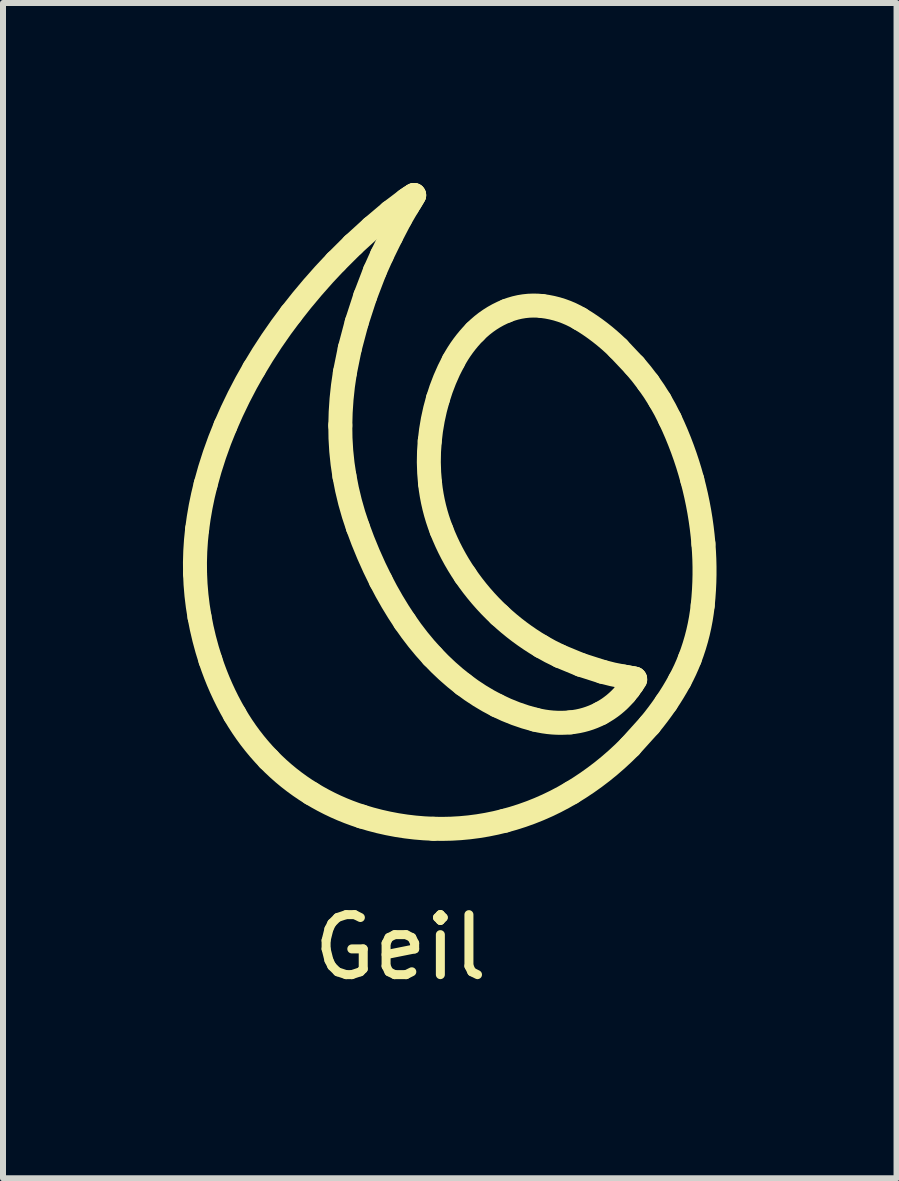
<source format=kicad_pcb>
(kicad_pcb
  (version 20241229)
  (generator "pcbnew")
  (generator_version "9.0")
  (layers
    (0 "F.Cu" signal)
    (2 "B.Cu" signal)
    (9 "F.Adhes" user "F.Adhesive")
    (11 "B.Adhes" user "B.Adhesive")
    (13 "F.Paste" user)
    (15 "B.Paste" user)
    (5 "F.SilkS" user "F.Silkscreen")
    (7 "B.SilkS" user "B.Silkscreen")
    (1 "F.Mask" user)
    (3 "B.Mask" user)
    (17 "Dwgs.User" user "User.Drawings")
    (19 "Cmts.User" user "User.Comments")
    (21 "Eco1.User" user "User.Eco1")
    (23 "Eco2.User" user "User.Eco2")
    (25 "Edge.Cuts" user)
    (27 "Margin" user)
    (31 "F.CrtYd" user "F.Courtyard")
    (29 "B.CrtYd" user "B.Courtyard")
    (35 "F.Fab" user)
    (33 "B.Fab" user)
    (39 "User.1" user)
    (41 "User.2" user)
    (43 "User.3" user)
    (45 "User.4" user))
  (footprint "Geil"
    (layer "F.Cu")
    (at 3.624 12.242)
    (property "Reference" "Geil" (at 0 0.5 0) (layer "F.SilkS") (effects (font (size 1 1) (thickness 0.15))))
    (attr through_hole)
    (fp_line (start -0.925 -9.08) (end -0.843 -9.484) (stroke (width 0.4) (type solid)) (layer "F.SilkS"))
    (fp_line (start -0.843 -9.484) (end -0.728 -9.917) (stroke (width 0.4) (type solid)) (layer "F.SilkS"))
    (fp_line (start -0.789 -11.212) (end -1.073 -10.929) (stroke (width 0.4) (type solid)) (layer "F.SilkS"))
    (fp_line (start -0.728 -9.917) (end -0.586 -10.354) (stroke (width 0.4) (type solid)) (layer "F.SilkS"))
    (fp_line (start -0.586 -10.354) (end -0.426 -10.772) (stroke (width 0.4) (type solid)) (layer "F.SilkS"))
    (fp_line (start -0.475 -11.498) (end -0.789 -11.212) (stroke (width 0.4) (type solid)) (layer "F.SilkS"))
    (fp_line (start -0.426 -10.772) (end -0.308 -11.036) (stroke (width 0.4) (type solid)) (layer "F.SilkS"))
    (fp_line (start -0.308 -11.036) (end -0.155 -11.349) (stroke (width 0.4) (type solid)) (layer "F.SilkS"))
    (fp_line (start -0.169 -11.757) (end -0.475 -11.498) (stroke (width 0.4) (type solid)) (layer "F.SilkS"))
    (fp_line (start -0.155 -11.349) (end 0.001 -11.649) (stroke (width 0.4) (type solid)) (layer "F.SilkS"))
    (fp_line (start 0.001 -11.649) (end 0.123 -11.858) (stroke (width 0.4) (type solid)) (layer "F.SilkS"))
    (fp_line (start 0.094 -11.956) (end -0.169 -11.757) (stroke (width 0.4) (type solid)) (layer "F.SilkS"))
    (fp_line (start 0.123 -11.858) (end 0.165 -11.927) (stroke (width 0.4) (type solid)) (layer "F.SilkS"))
    (fp_line (start 0.144 -11.99) (end 0.094 -11.956) (stroke (width 0.4) (type solid)) (layer "F.SilkS"))
    (fp_line (start 0.165 -11.927) (end 0.2 -11.985) (stroke (width 0.4) (type solid)) (layer "F.SilkS"))
    (fp_line (start 0.187 -12.018) (end 0.144 -11.99) (stroke (width 0.4) (type solid)) (layer "F.SilkS"))
    (fp_line (start 0.2 -11.985) (end 0.23 -12.037) (stroke (width 0.4) (type solid)) (layer "F.SilkS"))
    (fp_line (start 0.225 -12.042) (end 0.187 -12.018) (stroke (width 0.4) (type solid)) (layer "F.SilkS"))
    (fp_line (start 2.658 -4.354) (end 3.009 -4.209) (stroke (width 0.4) (type solid)) (layer "F.SilkS"))
    (fp_line (start 3.009 -4.209) (end 3.371 -4.093) (stroke (width 0.4) (type solid)) (layer "F.SilkS"))
    (fp_line (start 3.713 -4.016) (end 3.786 -4.003) (stroke (width 0.4) (type solid)) (layer "F.SilkS"))
    (fp_line (start 3.786 -4.003) (end 3.85 -3.991) (stroke (width 0.4) (type solid)) (layer "F.SilkS"))
    (fp_line (start 3.81 -3.81) (end 3.747 -3.731) (stroke (width 0.4) (type solid)) (layer "F.SilkS"))
    (fp_line (start 3.831 -2.849) (end 4.154 -3.207) (stroke (width 0.4) (type solid)) (layer "F.SilkS"))
    (fp_line (start 3.85 -3.991) (end 3.905 -3.98) (stroke (width 0.4) (type solid)) (layer "F.SilkS"))
    (fp_line (start 3.867 -3.89) (end 3.81 -3.81) (stroke (width 0.4) (type solid)) (layer "F.SilkS"))
    (fp_line (start 3.901 -9.2) (end 3.632 -9.485) (stroke (width 0.4) (type solid)) (layer "F.SilkS"))
    (fp_line (start 3.914 -3.963) (end 3.867 -3.89) (stroke (width 0.4) (type solid)) (layer "F.SilkS"))
    (fp_arc (start -3.422538 -5.734397) (mid -3.418906 -6.102435) (end -3.388038 -6.469194) (stroke (width 0.4) (type solid)) (layer "F.SilkS"))
    (fp_arc (start -3.388038 -6.469194) (mid -3.329405 -6.846238) (end -3.245843 -7.218552) (stroke (width 0.4) (type solid)) (layer "F.SilkS"))
    (fp_arc (start -3.348278 -5.008766) (mid -3.398984 -5.370193) (end -3.422538 -5.734398) (stroke (width 0.4) (type solid)) (layer "F.SilkS"))
    (fp_arc (start -3.245844 -7.218553) (mid -3.098866 -7.710457) (end -2.916581 -8.190399) (stroke (width 0.4) (type solid)) (layer "F.SilkS"))
    (fp_arc (start -3.166133 -4.28675) (mid -3.269906 -4.644554) (end -3.348278 -5.008766) (stroke (width 0.4) (type solid)) (layer "F.SilkS"))
    (fp_arc (start -2.91658 -8.190399) (mid -2.693786 -8.673782) (end -2.439978 -9.141626) (stroke (width 0.4) (type solid)) (layer "F.SilkS"))
    (fp_arc (start -2.761495 -3.38312) (mid -2.987231 -3.824449) (end -3.166133 -4.28675) (stroke (width 0.4) (type solid)) (layer "F.SilkS"))
    (fp_arc (start -2.439979 -9.141626) (mid -2.14573 -9.609932) (end -1.822741 -10.058898) (stroke (width 0.4) (type solid)) (layer "F.SilkS"))
    (fp_arc (start -2.197346 -2.636144) (mid -2.502282 -2.992366) (end -2.761495 -3.38312) (stroke (width 0.4) (type solid)) (layer "F.SilkS"))
    (fp_arc (start -1.82274 -10.058898) (mid -1.460206 -10.504557) (end -1.073338 -10.929263) (stroke (width 0.4) (type solid)) (layer "F.SilkS"))
    (fp_arc (start -1.48516 -2.0653) (mid -1.859259 -2.328258) (end -2.197346 -2.636144) (stroke (width 0.4) (type solid)) (layer "F.SilkS"))
    (fp_arc (start -1.001186 -8.198764) (mid -0.980272 -8.640958) (end -0.924655 -9.080138) (stroke (width 0.4) (type solid)) (layer "F.SilkS"))
    (fp_arc (start -0.932229 -7.353684) (mid -0.985591 -7.774683) (end -1.001186 -8.198764) (stroke (width 0.4) (type solid)) (layer "F.SilkS"))
    (fp_arc (start -0.709767 -6.505132) (mid -0.839181 -6.924641) (end -0.93223 -7.353684) (stroke (width 0.4) (type solid)) (layer "F.SilkS"))
    (fp_arc (start -0.643824 -1.680933) (mid -1.076147 -1.847606) (end -1.48516 -2.0653) (stroke (width 0.4) (type solid)) (layer "F.SilkS"))
    (fp_arc (start -0.32681 -5.612745) (mid -0.532417 -6.052875) (end -0.709766 -6.505132) (stroke (width 0.4) (type solid)) (layer "F.SilkS"))
    (fp_arc (start 0.075144 -4.929213) (mid -0.136587 -5.264655) (end -0.326811 -5.612745) (stroke (width 0.4) (type solid)) (layer "F.SilkS"))
    (fp_arc (start 0.224574 -12.041887) (mid 0.226968 -12.042423) (end 0.229177 -12.041355) (stroke (width 0.4) (type solid)) (layer "F.SilkS"))
    (fp_arc (start 0.229176 -12.041355) (mid 0.230296 -12.039089) (end 0.22981 -12.036609) (stroke (width 0.4) (type solid)) (layer "F.SilkS"))
    (fp_arc (start 0.489917 -7.940774) (mid 0.540858 -8.295226) (end 0.625976 -8.643057) (stroke (width 0.4) (type solid)) (layer "F.SilkS"))
    (fp_arc (start 0.494739 -7.234349) (mid 0.474487 -7.587439) (end 0.489918 -7.940773) (stroke (width 0.4) (type solid)) (layer "F.SilkS"))
    (fp_arc (start 0.535185 -4.35113) (mid 0.293933 -4.631233) (end 0.075145 -4.929213) (stroke (width 0.4) (type solid)) (layer "F.SilkS"))
    (fp_arc (start 0.549496 -1.476697) (mid -0.054216 -1.537611) (end -0.643823 -1.680933) (stroke (width 0.4) (type solid)) (layer "F.SilkS"))
    (fp_arc (start 0.625976 -8.643057) (mid 0.739403 -8.964166) (end 0.884895 -9.272076) (stroke (width 0.4) (type solid)) (layer "F.SilkS"))
    (fp_arc (start 0.685903 -6.452132) (mid 0.564485 -6.836926) (end 0.494739 -7.234349) (stroke (width 0.4) (type solid)) (layer "F.SilkS"))
    (fp_arc (start 0.884894 -9.272076) (mid 1.047363 -9.529087) (end 1.24474 -9.760373) (stroke (width 0.4) (type solid)) (layer "F.SilkS"))
    (fp_arc (start 1.049106 -3.883869) (mid 0.782437 -4.106821) (end 0.535185 -4.35113) (stroke (width 0.4) (type solid)) (layer "F.SilkS"))
    (fp_arc (start 1.081024 -5.702553) (mid 0.862173 -6.06612) (end 0.685903 -6.452133) (stroke (width 0.4) (type solid)) (layer "F.SilkS"))
    (fp_arc (start 1.244741 -9.760373) (mid 1.490821 -9.96334) (end 1.773299 -10.11152) (stroke (width 0.4) (type solid)) (layer "F.SilkS"))
    (fp_arc (start 1.61192 -3.531046) (mid 1.322139 -3.6941) (end 1.049105 -3.883869) (stroke (width 0.4) (type solid)) (layer "F.SilkS"))
    (fp_arc (start 1.648674 -5.040432) (mid 1.346602 -5.355848) (end 1.081024 -5.702552) (stroke (width 0.4) (type solid)) (layer "F.SilkS"))
    (fp_arc (start 1.736544 -1.610013) (mid 1.147809 -1.50071) (end 0.549496 -1.476697) (stroke (width 0.4) (type solid)) (layer "F.SilkS"))
    (fp_arc (start 1.773299 -10.111519) (mid 2.063639 -10.187574) (end 2.363763 -10.190256) (stroke (width 0.4) (type solid)) (layer "F.SilkS"))
    (fp_arc (start 2.248305 -3.294803) (mid 1.923631 -3.395464) (end 1.611921 -3.531046) (stroke (width 0.4) (type solid)) (layer "F.SilkS"))
    (fp_arc (start 2.348673 -4.516327) (mid 1.984343 -4.75924) (end 1.648673 -5.040432) (stroke (width 0.4) (type solid)) (layer "F.SilkS"))
    (fp_arc (start 2.363763 -10.190256) (mid 2.689721 -10.117329) (end 2.993201 -9.977804) (stroke (width 0.4) (type solid)) (layer "F.SilkS"))
    (fp_arc (start 2.658016 -4.354381) (mid 2.501273 -4.431397) (end 2.348673 -4.516326) (stroke (width 0.4) (type solid)) (layer "F.SilkS"))
    (fp_arc (start 2.831335 -3.250262) (mid 2.537927 -3.247757) (end 2.248304 -3.294803) (stroke (width 0.4) (type solid)) (layer "F.SilkS"))
    (fp_arc (start 2.850867 -2.076948) (mid 2.310252 -1.803993) (end 1.736544 -1.610014) (stroke (width 0.4) (type solid)) (layer "F.SilkS"))
    (fp_arc (start 2.993201 -9.977805) (mid 3.327465 -9.750825) (end 3.632059 -9.485353) (stroke (width 0.4) (type solid)) (layer "F.SilkS"))
    (fp_arc (start 3.33645 -3.400112) (mid 3.091224 -3.300475) (end 2.831336 -3.250262) (stroke (width 0.4) (type solid)) (layer "F.SilkS"))
    (fp_arc (start 3.712516 -4.015965) (mid 3.540791 -4.05004) (end 3.371021 -4.0928) (stroke (width 0.4) (type solid)) (layer "F.SilkS"))
    (fp_arc (start 3.747147 -3.730895) (mid 3.55794 -3.545463) (end 3.33645 -3.400112) (stroke (width 0.4) (type solid)) (layer "F.SilkS"))
    (fp_arc (start 3.831104 -2.848834) (mid 3.365861 -2.4313) (end 2.850866 -2.076947) (stroke (width 0.4) (type solid)) (layer "F.SilkS"))
    (fp_arc (start 3.901368 -9.200296) (mid 4.019155 -9.059821) (end 4.13051 -8.914195) (stroke (width 0.4) (type solid)) (layer "F.SilkS"))
    (fp_arc (start 3.904775 -3.980404) (mid 3.908046 -3.979373) (end 3.91101 -3.977647) (stroke (width 0.4) (type solid)) (layer "F.SilkS"))
    (fp_arc (start 3.911009 -3.977647) (mid 3.915205 -3.970947) (end 3.913742 -3.963179) (stroke (width 0.4) (type solid)) (layer "F.SilkS"))
    (fp_arc (start 4.13051 -8.914196) (mid 4.2315 -8.768764) (end 4.325586 -8.618773) (stroke (width 0.4) (type solid)) (layer "F.SilkS"))
    (fp_arc (start 4.325586 -8.618772) (mid 4.412767 -8.464239) (end 4.492679 -8.305825) (stroke (width 0.4) (type solid)) (layer "F.SilkS"))
    (fp_arc (start 4.431267 -3.576038) (mid 4.296938 -3.388237) (end 4.153875 -3.207002) (stroke (width 0.4) (type solid)) (layer "F.SilkS"))
    (fp_arc (start 4.492679 -8.305825) (mid 4.702189 -7.808338) (end 4.865737 -7.293906) (stroke (width 0.4) (type solid)) (layer "F.SilkS"))
    (fp_arc (start 4.656977 -3.946673) (mid 4.548778 -3.75852) (end 4.431267 -3.576038) (stroke (width 0.4) (type solid)) (layer "F.SilkS"))
    (fp_arc (start 4.824554 -4.309599) (mid 4.746591 -4.125446) (end 4.656977 -3.946673) (stroke (width 0.4) (type solid)) (layer "F.SilkS"))
    (fp_arc (start 4.865737 -7.293907) (mid 4.982668 -6.764883) (end 5.051693 -6.227505) (stroke (width 0.4) (type solid)) (layer "F.SilkS"))
    (fp_arc (start 5.039965 -5.201229) (mid 4.961578 -4.748331) (end 4.824554 -4.309599) (stroke (width 0.4) (type solid)) (layer "F.SilkS"))
    (fp_arc (start 5.051693 -6.227505) (mid 5.070037 -5.71409) (end 5.039965 -5.201229) (stroke (width 0.4) (type solid)) (layer "F.SilkS")))
  (gr_rect
    (start -3 -3)
    (end 11.895 16.591)
    (stroke (width 0.1) (type default))
    (fill no)
    (layer "Edge.Cuts")))
</source>
